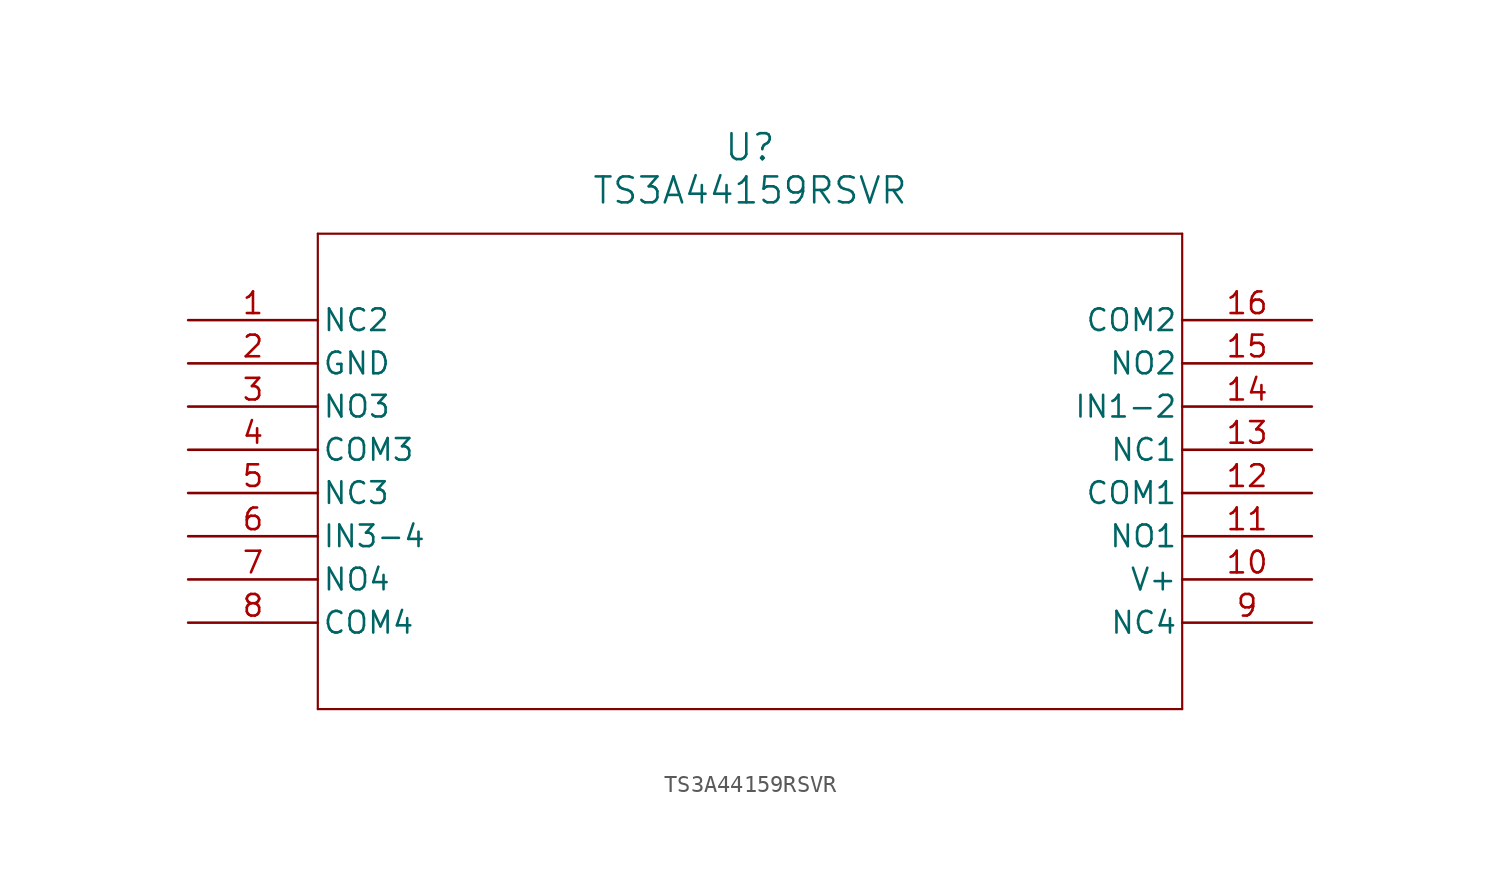
<source format=kicad_sym>
(kicad_symbol_lib
  (version 20211014)
  (generator kicad_symbol_editor)
  (symbol "TS3A44159RSVR"
    (pin_names
      (offset 0.254))
    (property "Reference" "U"
      (at 33.02 10.16 0)
      (effects (font (size 1.524 1.524))))
    (property "Value" "TS3A44159RSVR"
      (at 33.02 7.62 0)
      (effects (font (size 1.524 1.524))))
    (symbol "TS3A44159RSVR_0_1"
      (polyline (pts (xy 7.62 5.08) (xy 7.62 -22.86)) (stroke (width 0.127) (type default) (color 0 0 0 0)) (fill (type none)))
      (polyline (pts (xy 7.62 -22.86) (xy 58.42 -22.86)) (stroke (width 0.127) (type default) (color 0 0 0 0)) (fill (type none)))
      (polyline (pts (xy 58.42 -22.86) (xy 58.42 5.08)) (stroke (width 0.127) (type default) (color 0 0 0 0)) (fill (type none)))
      (polyline (pts (xy 58.42 5.08) (xy 7.62 5.08)) (stroke (width 0.127) (type default) (color 0 0 0 0)) (fill (type none)))
      (pin unspecified line (at 0 0 0) (length 7.62) (name "NC2" (effects (font (size 1.27 1.27)))) (number "1" (effects (font (size 1.27 1.27)))))
      (pin power_in line (at 0 -2.54 0) (length 7.62) (name "GND" (effects (font (size 1.27 1.27)))) (number "2" (effects (font (size 1.27 1.27)))))
      (pin unspecified line (at 0 -5.08 0) (length 7.62) (name "NO3" (effects (font (size 1.27 1.27)))) (number "3" (effects (font (size 1.27 1.27)))))
      (pin unspecified line (at 0 -7.62 0) (length 7.62) (name "COM3" (effects (font (size 1.27 1.27)))) (number "4" (effects (font (size 1.27 1.27)))))
      (pin unspecified line (at 0 -10.16 0) (length 7.62) (name "NC3" (effects (font (size 1.27 1.27)))) (number "5" (effects (font (size 1.27 1.27)))))
      (pin unspecified line (at 0 -12.7 0) (length 7.62) (name "IN3-4" (effects (font (size 1.27 1.27)))) (number "6" (effects (font (size 1.27 1.27)))))
      (pin unspecified line (at 0 -15.24 0) (length 7.62) (name "NO4" (effects (font (size 1.27 1.27)))) (number "7" (effects (font (size 1.27 1.27)))))
      (pin unspecified line (at 0 -17.78 0) (length 7.62) (name "COM4" (effects (font (size 1.27 1.27)))) (number "8" (effects (font (size 1.27 1.27)))))
      (pin unspecified line (at 66.04 -17.78 180) (length 7.62) (name "NC4" (effects (font (size 1.27 1.27)))) (number "9" (effects (font (size 1.27 1.27)))))
      (pin power_in line (at 66.04 -15.24 180) (length 7.62) (name "V+" (effects (font (size 1.27 1.27)))) (number "10" (effects (font (size 1.27 1.27)))))
      (pin unspecified line (at 66.04 -12.7 180) (length 7.62) (name "NO1" (effects (font (size 1.27 1.27)))) (number "11" (effects (font (size 1.27 1.27)))))
      (pin unspecified line (at 66.04 -10.16 180) (length 7.62) (name "COM1" (effects (font (size 1.27 1.27)))) (number "12" (effects (font (size 1.27 1.27)))))
      (pin unspecified line (at 66.04 -7.62 180) (length 7.62) (name "NC1" (effects (font (size 1.27 1.27)))) (number "13" (effects (font (size 1.27 1.27)))))
      (pin unspecified line (at 66.04 -5.08 180) (length 7.62) (name "IN1-2" (effects (font (size 1.27 1.27)))) (number "14" (effects (font (size 1.27 1.27)))))
      (pin unspecified line (at 66.04 -2.54 180) (length 7.62) (name "NO2" (effects (font (size 1.27 1.27)))) (number "15" (effects (font (size 1.27 1.27)))))
      (pin unspecified line (at 66.04 0 180) (length 7.62) (name "COM2" (effects (font (size 1.27 1.27)))) (number "16" (effects (font (size 1.27 1.27))))))))
</source>
